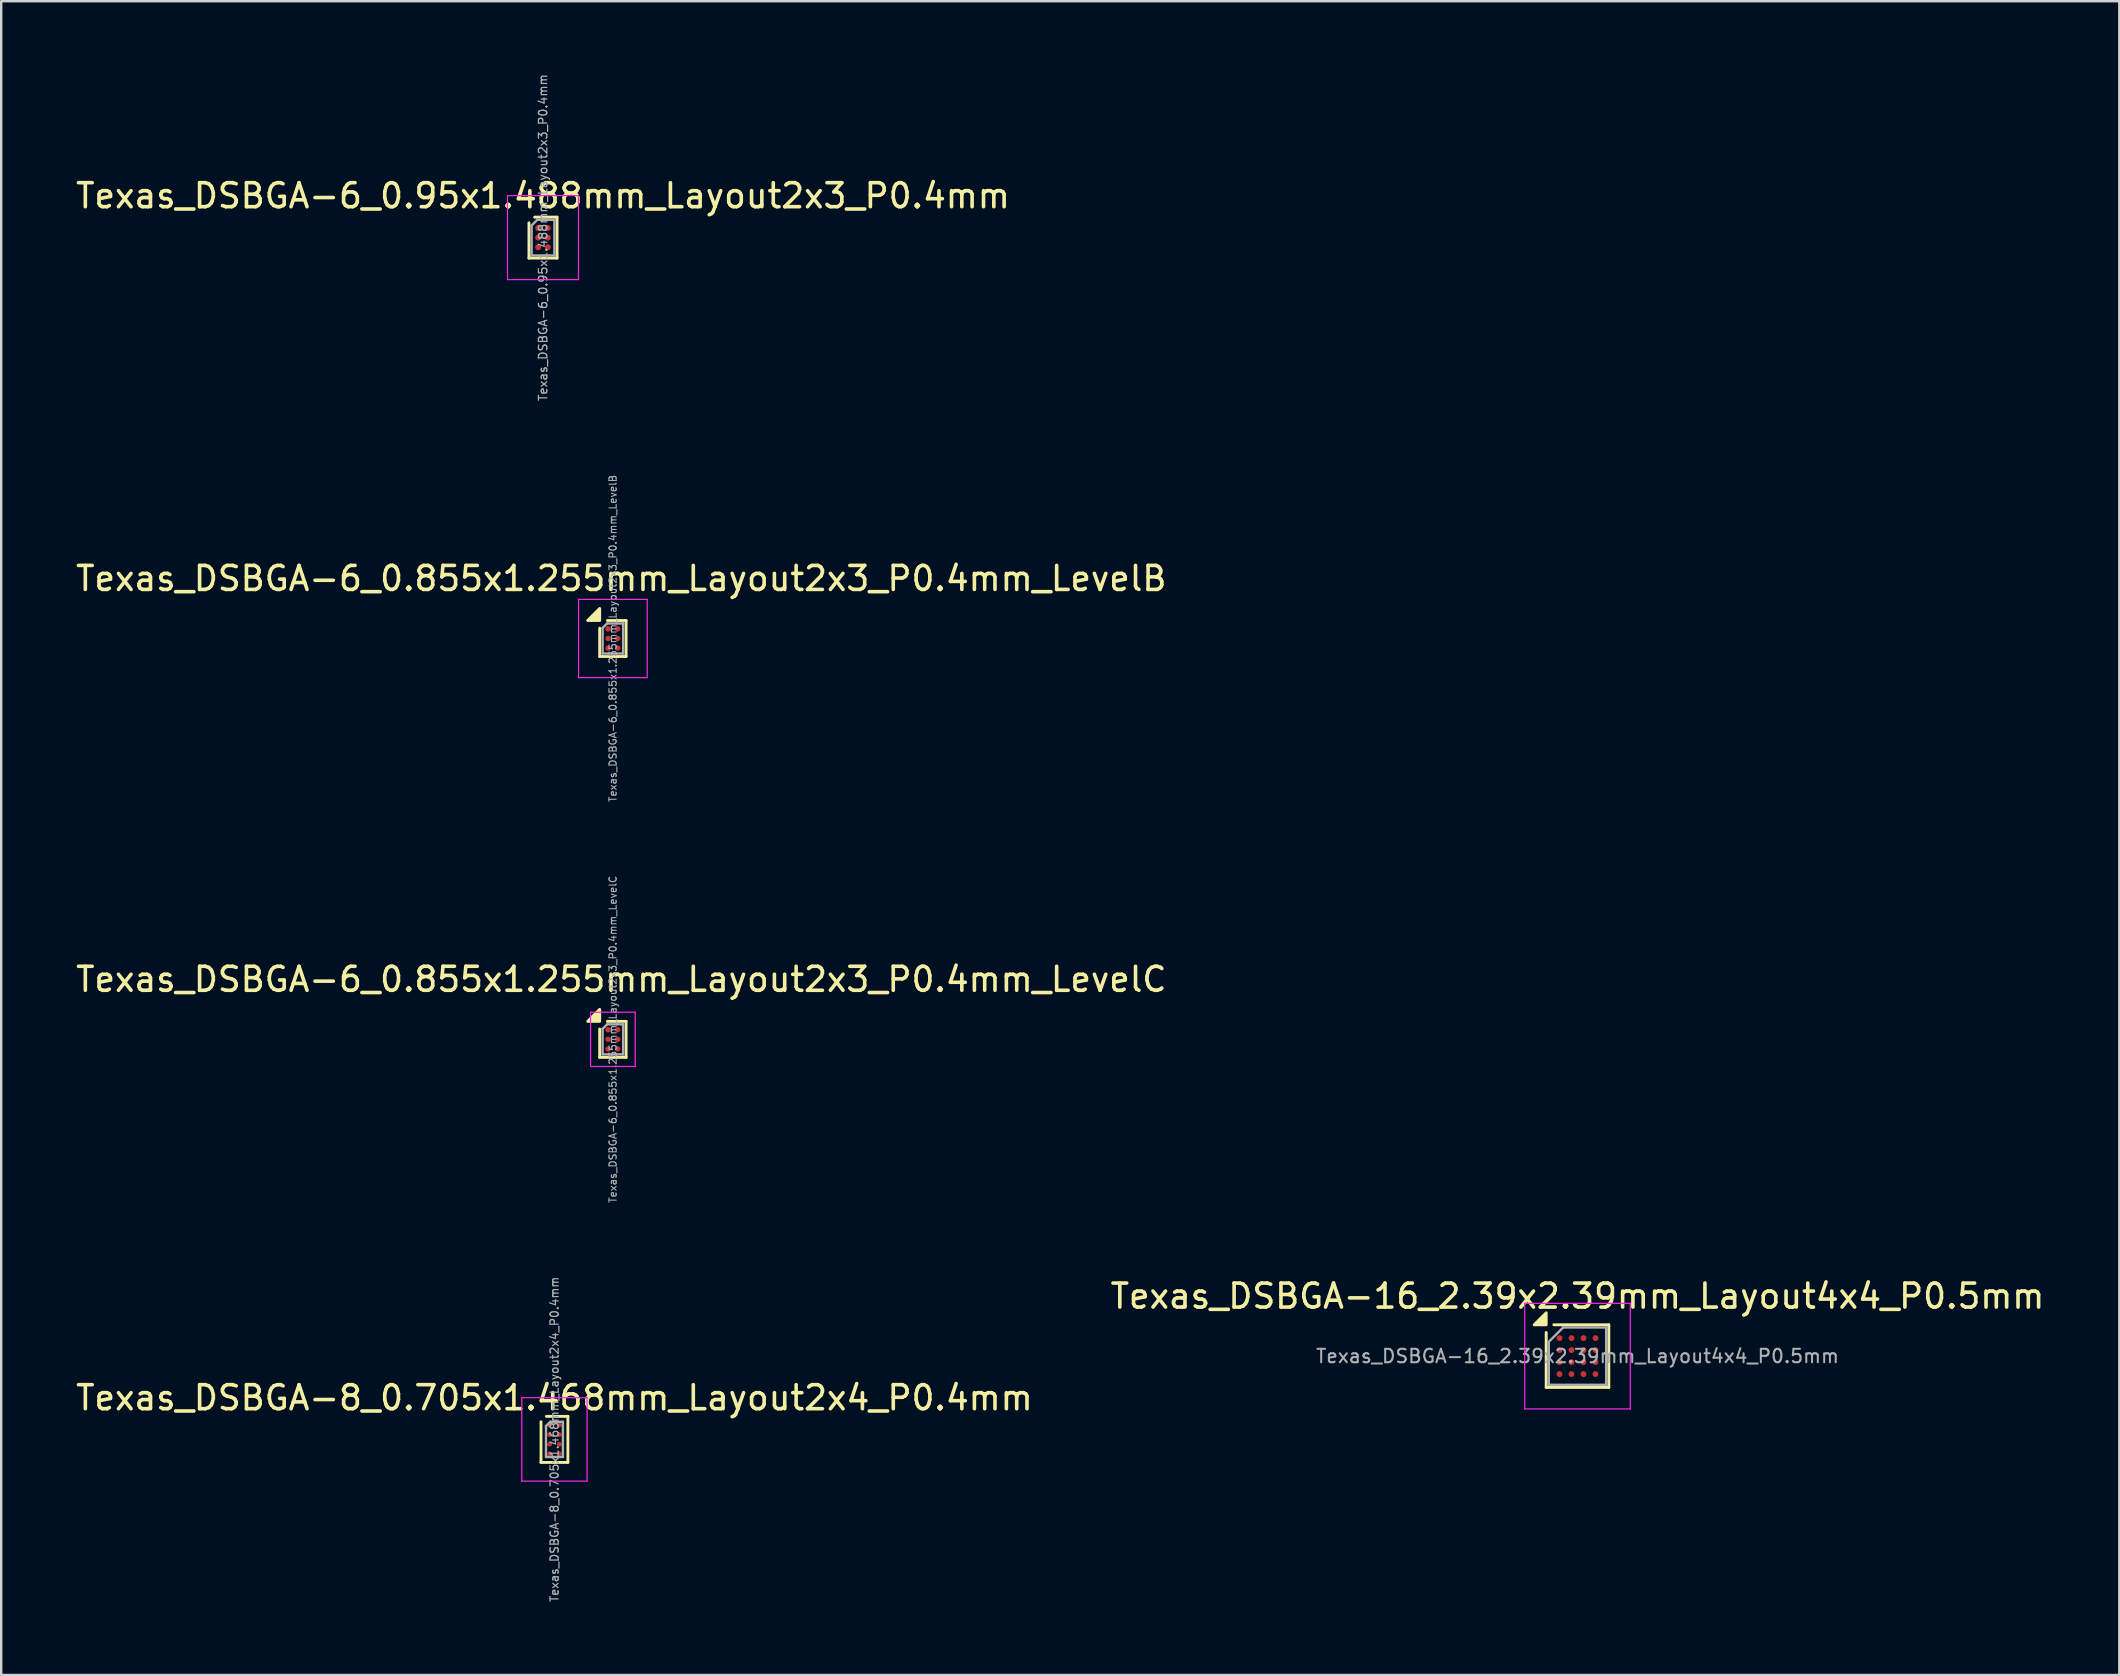
<source format=kicad_pcb>
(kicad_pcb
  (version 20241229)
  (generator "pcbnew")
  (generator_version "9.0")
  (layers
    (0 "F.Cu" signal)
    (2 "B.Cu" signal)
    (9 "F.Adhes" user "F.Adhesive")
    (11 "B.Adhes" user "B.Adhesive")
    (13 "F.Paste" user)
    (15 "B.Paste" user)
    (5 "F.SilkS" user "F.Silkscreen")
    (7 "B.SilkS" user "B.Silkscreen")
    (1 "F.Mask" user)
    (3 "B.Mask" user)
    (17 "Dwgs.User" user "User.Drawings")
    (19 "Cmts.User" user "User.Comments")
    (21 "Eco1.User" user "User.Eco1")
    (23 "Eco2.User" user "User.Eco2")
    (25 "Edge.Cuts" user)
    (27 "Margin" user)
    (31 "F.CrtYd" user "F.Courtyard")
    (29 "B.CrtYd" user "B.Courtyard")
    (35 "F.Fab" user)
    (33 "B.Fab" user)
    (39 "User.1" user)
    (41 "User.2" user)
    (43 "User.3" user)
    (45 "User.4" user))
  (footprint "Texas_DSBGA-6_0.855x1.255mm_Layout2x3_P0.4mm_LevelB"
    (layer "F.Cu")
    (at 22.489 23.556)
    (property "Reference" "Texas_DSBGA-6_0.855x1.255mm_Layout2x3_P0.4mm_LevelB" (at 0.35 -2.5 0) (layer "F.SilkS") (effects (font (size 1 1) (thickness 0.15))))
    (attr smd)
    (fp_line (start -0.55 0.75) (end -0.55 -0.43) (stroke (width 0.12) (type solid)) (layer "F.SilkS"))
    (fp_line (start 0.55 -0.75) (end -0.23 -0.75) (stroke (width 0.12) (type solid)) (layer "F.SilkS"))
    (fp_line (start 0.55 -0.75) (end 0.55 0.75) (stroke (width 0.12) (type solid)) (layer "F.SilkS"))
    (fp_line (start 0.55 0.75) (end -0.55 0.75) (stroke (width 0.12) (type solid)) (layer "F.SilkS"))
    (fp_poly (pts (xy -0.55 -0.75) (xy -1.05 -0.75) (xy -0.55 -1.25) (xy -0.55 -0.75)) (stroke (width 0.12) (type solid)) (fill yes) (layer "F.SilkS"))
    (fp_rect (start -0.275 -0.475) (end -0.125 -0.325) (stroke (width 0.1) (type solid)) (fill yes) (layer "F.Paste"))
    (fp_rect (start -0.275 -0.075) (end -0.125 0.075) (stroke (width 0.1) (type solid)) (fill yes) (layer "F.Paste"))
    (fp_rect (start -0.275 0.325) (end -0.125 0.475) (stroke (width 0.1) (type solid)) (fill yes) (layer "F.Paste"))
    (fp_rect (start 0.125 -0.475) (end 0.275 -0.325) (stroke (width 0.1) (type solid)) (fill yes) (layer "F.Paste"))
    (fp_rect (start 0.125 -0.075) (end 0.275 0.075) (stroke (width 0.1) (type solid)) (fill yes) (layer "F.Paste"))
    (fp_rect (start 0.125 0.325) (end 0.275 0.475) (stroke (width 0.1) (type solid)) (fill yes) (layer "F.Paste"))
    (fp_line (start -1.43 -1.63) (end -1.43 1.63) (stroke (width 0.05) (type solid)) (layer "F.CrtYd"))
    (fp_line (start -1.43 1.63) (end 1.43 1.63) (stroke (width 0.05) (type solid)) (layer "F.CrtYd"))
    (fp_line (start 1.43 -1.63) (end -1.43 -1.63) (stroke (width 0.05) (type solid)) (layer "F.CrtYd"))
    (fp_line (start 1.43 1.63) (end 1.43 -1.63) (stroke (width 0.05) (type solid)) (layer "F.CrtYd"))
    (fp_line (start -0.427 -0.438) (end -0.237 -0.627) (stroke (width 0.1) (type solid)) (layer "F.Fab"))
    (fp_line (start -0.427 0.627) (end -0.427 -0.438) (stroke (width 0.1) (type solid)) (layer "F.Fab"))
    (fp_line (start -0.237 -0.627) (end 0.427 -0.627) (stroke (width 0.1) (type solid)) (layer "F.Fab"))
    (fp_line (start 0.427 -0.627) (end 0.427 0.627) (stroke (width 0.1) (type solid)) (layer "F.Fab"))
    (fp_line (start 0.427 0.627) (end -0.427 0.627) (stroke (width 0.1) (type solid)) (layer "F.Fab"))
    (fp_text user "${REFERENCE}" (at 0 0 90) (layer "F.Fab") (effects (font (size 0.3 0.3) (thickness 0.045))))
    (pad "A1" smd circle (at -0.2 -0.4) (size 0.23 0.23) (property pad_prop_bga) (layers "F.Cu" "F.Mask"))
    (pad "A2" smd circle (at 0.2 -0.4) (size 0.23 0.23) (property pad_prop_bga) (layers "F.Cu" "F.Mask"))
    (pad "B1" smd circle (at -0.2 0) (size 0.23 0.23) (property pad_prop_bga) (layers "F.Cu" "F.Mask"))
    (pad "B2" smd circle (at 0.2 0) (size 0.23 0.23) (property pad_prop_bga) (layers "F.Cu" "F.Mask"))
    (pad "C1" smd circle (at -0.2 0.4) (size 0.23 0.23) (property pad_prop_bga) (layers "F.Cu" "F.Mask"))
    (pad "C2" smd circle (at 0.2 0.4) (size 0.23 0.23) (property pad_prop_bga) (layers "F.Cu" "F.Mask")))
  (footprint "Texas_DSBGA-6_0.95x1.488mm_Layout2x3_P0.4mm"
    (layer "F.Cu")
    (at 19.577 6.852)
    (property "Reference" "Texas_DSBGA-6_0.95x1.488mm_Layout2x3_P0.4mm" (at 0 -1.744 0) (layer "F.SilkS") (effects (font (size 1 1) (thickness 0.15))))
    (attr smd)
    (fp_line (start -0.585 0.854) (end -0.585 -0.617) (stroke (width 0.12) (type solid)) (layer "F.SilkS"))
    (fp_line (start -0.347 -0.854) (end 0.585 -0.854) (stroke (width 0.12) (type solid)) (layer "F.SilkS"))
    (fp_line (start 0.585 -0.854) (end 0.585 0.854) (stroke (width 0.12) (type solid)) (layer "F.SilkS"))
    (fp_line (start 0.585 0.854) (end -0.585 0.854) (stroke (width 0.12) (type solid)) (layer "F.SilkS"))
    (fp_line (start -1.48 -1.75) (end -1.48 1.75) (stroke (width 0.05) (type solid)) (layer "F.CrtYd"))
    (fp_line (start -1.48 1.75) (end 1.48 1.75) (stroke (width 0.05) (type solid)) (layer "F.CrtYd"))
    (fp_line (start 1.48 -1.75) (end -1.48 -1.75) (stroke (width 0.05) (type solid)) (layer "F.CrtYd"))
    (fp_line (start 1.48 1.75) (end 1.48 -1.75) (stroke (width 0.05) (type solid)) (layer "F.CrtYd"))
    (fp_line (start -0.475 -0.506) (end -0.237 -0.744) (stroke (width 0.1) (type solid)) (layer "F.Fab"))
    (fp_line (start -0.475 0.744) (end -0.475 -0.506) (stroke (width 0.1) (type solid)) (layer "F.Fab"))
    (fp_line (start -0.237 -0.744) (end 0.475 -0.744) (stroke (width 0.1) (type solid)) (layer "F.Fab"))
    (fp_line (start 0.475 -0.744) (end 0.475 0.744) (stroke (width 0.1) (type solid)) (layer "F.Fab"))
    (fp_line (start 0.475 0.744) (end -0.475 0.744) (stroke (width 0.1) (type solid)) (layer "F.Fab"))
    (fp_text user "${REFERENCE}" (at 0 0 270) (layer "F.Fab") (effects (font (size 0.35 0.35) (thickness 0.052))))
    (pad "A1" smd circle (at -0.2 -0.4) (size 0.25 0.25) (layers "F.Cu" "F.Mask" "F.Paste"))
    (pad "A2" smd circle (at 0.2 -0.4) (size 0.25 0.25) (layers "F.Cu" "F.Mask" "F.Paste"))
    (pad "B1" smd circle (at -0.2 0) (size 0.25 0.25) (layers "F.Cu" "F.Mask" "F.Paste"))
    (pad "B2" smd circle (at 0.2 0) (size 0.25 0.25) (layers "F.Cu" "F.Mask" "F.Paste"))
    (pad "C1" smd circle (at -0.2 0.4) (size 0.25 0.25) (layers "F.Cu" "F.Mask" "F.Paste"))
    (pad "C2" smd circle (at 0.2 0.4) (size 0.25 0.25) (layers "F.Cu" "F.Mask" "F.Paste")))
  (footprint "Texas_DSBGA-8_0.705x1.468mm_Layout2x4_P0.4mm"
    (layer "F.Cu")
    (at 20.054 56.93)
    (property "Reference" "Texas_DSBGA-8_0.705x1.468mm_Layout2x4_P0.4mm" (at 0 -1.734 0) (layer "F.SilkS") (effects (font (size 1 1) (thickness 0.15))))
    (attr smd)
    (fp_line (start -0.56 0.96) (end -0.56 -0.735) (stroke (width 0.12) (type solid)) (layer "F.SilkS"))
    (fp_line (start -0.335 -0.96) (end 0.56 -0.96) (stroke (width 0.12) (type solid)) (layer "F.SilkS"))
    (fp_line (start 0.56 -0.96) (end 0.56 0.96) (stroke (width 0.12) (type solid)) (layer "F.SilkS"))
    (fp_line (start 0.56 0.96) (end -0.56 0.96) (stroke (width 0.12) (type solid)) (layer "F.SilkS"))
    (fp_line (start -1.36 -1.74) (end -1.36 1.74) (stroke (width 0.05) (type solid)) (layer "F.CrtYd"))
    (fp_line (start -1.36 1.74) (end 1.36 1.74) (stroke (width 0.05) (type solid)) (layer "F.CrtYd"))
    (fp_line (start 1.36 -1.74) (end -1.36 -1.74) (stroke (width 0.05) (type solid)) (layer "F.CrtYd"))
    (fp_line (start 1.36 1.74) (end 1.36 -1.74) (stroke (width 0.05) (type solid)) (layer "F.CrtYd"))
    (fp_line (start -0.352 -0.558) (end -0.176 -0.734) (stroke (width 0.1) (type solid)) (layer "F.Fab"))
    (fp_line (start -0.352 0.734) (end -0.352 -0.558) (stroke (width 0.1) (type solid)) (layer "F.Fab"))
    (fp_line (start -0.176 -0.734) (end 0.352 -0.734) (stroke (width 0.1) (type solid)) (layer "F.Fab"))
    (fp_line (start 0.352 -0.734) (end 0.352 0.734) (stroke (width 0.1) (type solid)) (layer "F.Fab"))
    (fp_line (start 0.352 0.734) (end -0.352 0.734) (stroke (width 0.1) (type solid)) (layer "F.Fab"))
    (fp_text user "${REFERENCE}" (at 0 0 270) (layer "F.Fab") (effects (font (size 0.34 0.34) (thickness 0.051))))
    (pad "A1" smd circle (at -0.2 -0.6) (size 0.2 0.2) (layers "F.Cu" "F.Mask" "F.Paste"))
    (pad "A2" smd circle (at 0.2 -0.6) (size 0.2 0.2) (layers "F.Cu" "F.Mask" "F.Paste"))
    (pad "B1" smd circle (at -0.2 -0.2) (size 0.2 0.2) (layers "F.Cu" "F.Mask" "F.Paste"))
    (pad "B2" smd circle (at 0.2 -0.2) (size 0.2 0.2) (layers "F.Cu" "F.Mask" "F.Paste"))
    (pad "C1" smd circle (at -0.2 0.2) (size 0.2 0.2) (layers "F.Cu" "F.Mask" "F.Paste"))
    (pad "C2" smd circle (at 0.2 0.2) (size 0.2 0.2) (layers "F.Cu" "F.Mask" "F.Paste"))
    (pad "D1" smd circle (at -0.2 0.6) (size 0.2 0.2) (layers "F.Cu" "F.Mask" "F.Paste"))
    (pad "D2" smd circle (at 0.2 0.6) (size 0.2 0.2) (layers "F.Cu" "F.Mask" "F.Paste")))
  (footprint "Texas_DSBGA-6_0.855x1.255mm_Layout2x3_P0.4mm_LevelC"
    (layer "F.Cu")
    (at 22.489 40.26)
    (property "Reference" "Texas_DSBGA-6_0.855x1.255mm_Layout2x3_P0.4mm_LevelC" (at 0.35 -2.5 0) (layer "F.SilkS") (effects (font (size 1 1) (thickness 0.15))))
    (attr smd)
    (fp_line (start -0.55 0.75) (end -0.55 -0.43) (stroke (width 0.12) (type solid)) (layer "F.SilkS"))
    (fp_line (start 0.55 -0.75) (end -0.23 -0.75) (stroke (width 0.12) (type solid)) (layer "F.SilkS"))
    (fp_line (start 0.55 -0.75) (end 0.55 0.75) (stroke (width 0.12) (type solid)) (layer "F.SilkS"))
    (fp_line (start 0.55 0.75) (end -0.55 0.75) (stroke (width 0.12) (type solid)) (layer "F.SilkS"))
    (fp_poly (pts (xy -0.55 -0.75) (xy -1.05 -0.75) (xy -0.55 -1.25) (xy -0.55 -0.75)) (stroke (width 0.12) (type solid)) (fill yes) (layer "F.SilkS"))
    (fp_rect (start -0.275 -0.475) (end -0.125 -0.325) (stroke (width 0.1) (type solid)) (fill yes) (layer "F.Paste"))
    (fp_rect (start -0.275 -0.075) (end -0.125 0.075) (stroke (width 0.1) (type solid)) (fill yes) (layer "F.Paste"))
    (fp_rect (start -0.275 0.325) (end -0.125 0.475) (stroke (width 0.1) (type solid)) (fill yes) (layer "F.Paste"))
    (fp_rect (start 0.125 -0.475) (end 0.275 -0.325) (stroke (width 0.1) (type solid)) (fill yes) (layer "F.Paste"))
    (fp_rect (start 0.125 -0.075) (end 0.275 0.075) (stroke (width 0.1) (type solid)) (fill yes) (layer "F.Paste"))
    (fp_rect (start 0.125 0.325) (end 0.275 0.475) (stroke (width 0.1) (type solid)) (fill yes) (layer "F.Paste"))
    (fp_line (start -0.93 -1.13) (end -0.93 1.13) (stroke (width 0.05) (type solid)) (layer "F.CrtYd"))
    (fp_line (start -0.93 1.13) (end 0.93 1.13) (stroke (width 0.05) (type solid)) (layer "F.CrtYd"))
    (fp_line (start 0.93 -1.13) (end -0.93 -1.13) (stroke (width 0.05) (type solid)) (layer "F.CrtYd"))
    (fp_line (start 0.93 1.13) (end 0.93 -1.13) (stroke (width 0.05) (type solid)) (layer "F.CrtYd"))
    (fp_line (start -0.427 -0.438) (end -0.237 -0.627) (stroke (width 0.1) (type solid)) (layer "F.Fab"))
    (fp_line (start -0.427 0.627) (end -0.427 -0.438) (stroke (width 0.1) (type solid)) (layer "F.Fab"))
    (fp_line (start -0.237 -0.627) (end 0.427 -0.627) (stroke (width 0.1) (type solid)) (layer "F.Fab"))
    (fp_line (start 0.427 -0.627) (end 0.427 0.627) (stroke (width 0.1) (type solid)) (layer "F.Fab"))
    (fp_line (start 0.427 0.627) (end -0.427 0.627) (stroke (width 0.1) (type solid)) (layer "F.Fab"))
    (fp_text user "${REFERENCE}" (at 0 0 270) (layer "F.Fab") (effects (font (size 0.3 0.3) (thickness 0.045))))
    (pad "A1" smd circle (at -0.2 -0.4) (size 0.23 0.23) (property pad_prop_bga) (layers "F.Cu" "F.Mask"))
    (pad "A2" smd circle (at 0.2 -0.4) (size 0.23 0.23) (property pad_prop_bga) (layers "F.Cu" "F.Mask"))
    (pad "B1" smd circle (at -0.2 0) (size 0.23 0.23) (property pad_prop_bga) (layers "F.Cu" "F.Mask"))
    (pad "B2" smd circle (at 0.2 0) (size 0.23 0.23) (property pad_prop_bga) (layers "F.Cu" "F.Mask"))
    (pad "C1" smd circle (at -0.2 0.4) (size 0.23 0.23) (property pad_prop_bga) (layers "F.Cu" "F.Mask"))
    (pad "C2" smd circle (at 0.2 0.4) (size 0.23 0.23) (property pad_prop_bga) (layers "F.Cu" "F.Mask")))
  (footprint "Texas_DSBGA-16_2.39x2.39mm_Layout4x4_P0.5mm"
    (layer "F.Cu")
    (at 62.685 53.46)
    (property "Reference" "Texas_DSBGA-16_2.39x2.39mm_Layout4x4_P0.5mm" (at 0 -2.5 0) (layer "F.SilkS") (effects (font (size 1 1) (thickness 0.15))))
    (attr smd)
    (fp_line (start -1.305 1.305) (end -1.305 -0.985) (stroke (width 0.12) (type solid)) (layer "F.SilkS"))
    (fp_line (start 1.305 -1.305) (end -0.985 -1.305) (stroke (width 0.12) (type solid)) (layer "F.SilkS"))
    (fp_line (start 1.305 -1.305) (end 1.305 1.305) (stroke (width 0.12) (type solid)) (layer "F.SilkS"))
    (fp_line (start 1.305 1.305) (end -1.305 1.305) (stroke (width 0.12) (type solid)) (layer "F.SilkS"))
    (fp_poly (pts (xy -1.305 -1.305) (xy -1.805 -1.305) (xy -1.305 -1.805) (xy -1.305 -1.305)) (stroke (width 0.12) (type solid)) (fill yes) (layer "F.SilkS"))
    (fp_line (start -2.2 -2.2) (end -2.2 2.2) (stroke (width 0.05) (type solid)) (layer "F.CrtYd"))
    (fp_line (start -2.2 2.2) (end 2.2 2.2) (stroke (width 0.05) (type solid)) (layer "F.CrtYd"))
    (fp_line (start 2.2 -2.2) (end -2.2 -2.2) (stroke (width 0.05) (type solid)) (layer "F.CrtYd"))
    (fp_line (start 2.2 2.2) (end 2.2 -2.2) (stroke (width 0.05) (type solid)) (layer "F.CrtYd"))
    (fp_line (start -1.195 -0.598) (end -0.598 -1.195) (stroke (width 0.1) (type solid)) (layer "F.Fab"))
    (fp_line (start -1.195 1.195) (end -1.195 -0.598) (stroke (width 0.1) (type solid)) (layer "F.Fab"))
    (fp_line (start -0.598 -1.195) (end 1.195 -1.195) (stroke (width 0.1) (type solid)) (layer "F.Fab"))
    (fp_line (start 1.195 -1.195) (end 1.195 1.195) (stroke (width 0.1) (type solid)) (layer "F.Fab"))
    (fp_line (start 1.195 1.195) (end -1.195 1.195) (stroke (width 0.1) (type solid)) (layer "F.Fab"))
    (fp_text user "${REFERENCE}" (at 0 0 0) (layer "F.Fab") (effects (font (size 0.56 0.56) (thickness 0.084))))
    (pad "" smd roundrect (at -0.75 -0.75) (size 0.25 0.25) (layers "F.Paste") (roundrect_rratio 0.2))
    (pad "" smd roundrect (at -0.75 -0.25) (size 0.25 0.25) (layers "F.Paste") (roundrect_rratio 0.2))
    (pad "" smd roundrect (at -0.75 0.25) (size 0.25 0.25) (layers "F.Paste") (roundrect_rratio 0.2))
    (pad "" smd roundrect (at -0.75 0.75) (size 0.25 0.25) (layers "F.Paste") (roundrect_rratio 0.2))
    (pad "" smd roundrect (at -0.25 -0.75) (size 0.25 0.25) (layers "F.Paste") (roundrect_rratio 0.2))
    (pad "" smd roundrect (at -0.25 -0.25) (size 0.25 0.25) (layers "F.Paste") (roundrect_rratio 0.2))
    (pad "" smd roundrect (at -0.25 0.25) (size 0.25 0.25) (layers "F.Paste") (roundrect_rratio 0.2))
    (pad "" smd roundrect (at -0.25 0.75) (size 0.25 0.25) (layers "F.Paste") (roundrect_rratio 0.2))
    (pad "" smd roundrect (at 0.25 -0.75) (size 0.25 0.25) (layers "F.Paste") (roundrect_rratio 0.2))
    (pad "" smd roundrect (at 0.25 -0.25) (size 0.25 0.25) (layers "F.Paste") (roundrect_rratio 0.2))
    (pad "" smd roundrect (at 0.25 0.25) (size 0.25 0.25) (layers "F.Paste") (roundrect_rratio 0.2))
    (pad "" smd roundrect (at 0.25 0.75) (size 0.25 0.25) (layers "F.Paste") (roundrect_rratio 0.2))
    (pad "" smd roundrect (at 0.75 -0.75) (size 0.25 0.25) (layers "F.Paste") (roundrect_rratio 0.2))
    (pad "" smd roundrect (at 0.75 -0.25) (size 0.25 0.25) (layers "F.Paste") (roundrect_rratio 0.2))
    (pad "" smd roundrect (at 0.75 0.25) (size 0.25 0.25) (layers "F.Paste") (roundrect_rratio 0.2))
    (pad "" smd roundrect (at 0.75 0.75) (size 0.25 0.25) (layers "F.Paste") (roundrect_rratio 0.2))
    (pad "A1" smd circle (at -0.75 -0.75) (size 0.245 0.245) (property pad_prop_bga) (layers "F.Cu" "F.Mask"))
    (pad "A2" smd circle (at -0.25 -0.75) (size 0.245 0.245) (property pad_prop_bga) (layers "F.Cu" "F.Mask"))
    (pad "A3" smd circle (at 0.25 -0.75) (size 0.245 0.245) (property pad_prop_bga) (layers "F.Cu" "F.Mask"))
    (pad "A4" smd circle (at 0.75 -0.75) (size 0.245 0.245) (property pad_prop_bga) (layers "F.Cu" "F.Mask"))
    (pad "B1" smd circle (at -0.75 -0.25) (size 0.245 0.245) (property pad_prop_bga) (layers "F.Cu" "F.Mask"))
    (pad "B2" smd circle (at -0.25 -0.25) (size 0.245 0.245) (property pad_prop_bga) (layers "F.Cu" "F.Mask"))
    (pad "B3" smd circle (at 0.25 -0.25) (size 0.245 0.245) (property pad_prop_bga) (layers "F.Cu" "F.Mask"))
    (pad "B4" smd circle (at 0.75 -0.25) (size 0.245 0.245) (property pad_prop_bga) (layers "F.Cu" "F.Mask"))
    (pad "C1" smd circle (at -0.75 0.25) (size 0.245 0.245) (property pad_prop_bga) (layers "F.Cu" "F.Mask"))
    (pad "C2" smd circle (at -0.25 0.25) (size 0.245 0.245) (property pad_prop_bga) (layers "F.Cu" "F.Mask"))
    (pad "C3" smd circle (at 0.25 0.25) (size 0.245 0.245) (property pad_prop_bga) (layers "F.Cu" "F.Mask"))
    (pad "C4" smd circle (at 0.75 0.25) (size 0.245 0.245) (property pad_prop_bga) (layers "F.Cu" "F.Mask"))
    (pad "D1" smd circle (at -0.75 0.75) (size 0.245 0.245) (property pad_prop_bga) (layers "F.Cu" "F.Mask"))
    (pad "D2" smd circle (at -0.25 0.75) (size 0.245 0.245) (property pad_prop_bga) (layers "F.Cu" "F.Mask"))
    (pad "D3" smd circle (at 0.25 0.75) (size 0.245 0.245) (property pad_prop_bga) (layers "F.Cu" "F.Mask"))
    (pad "D4" smd circle (at 0.75 0.75) (size 0.245 0.245) (property pad_prop_bga) (layers "F.Cu" "F.Mask")))
  (gr_rect
    (start -3 -3)
    (end 85.262 66.748)
    (stroke (width 0.1) (type default))
    (fill no)
    (layer "Edge.Cuts")))
</source>
